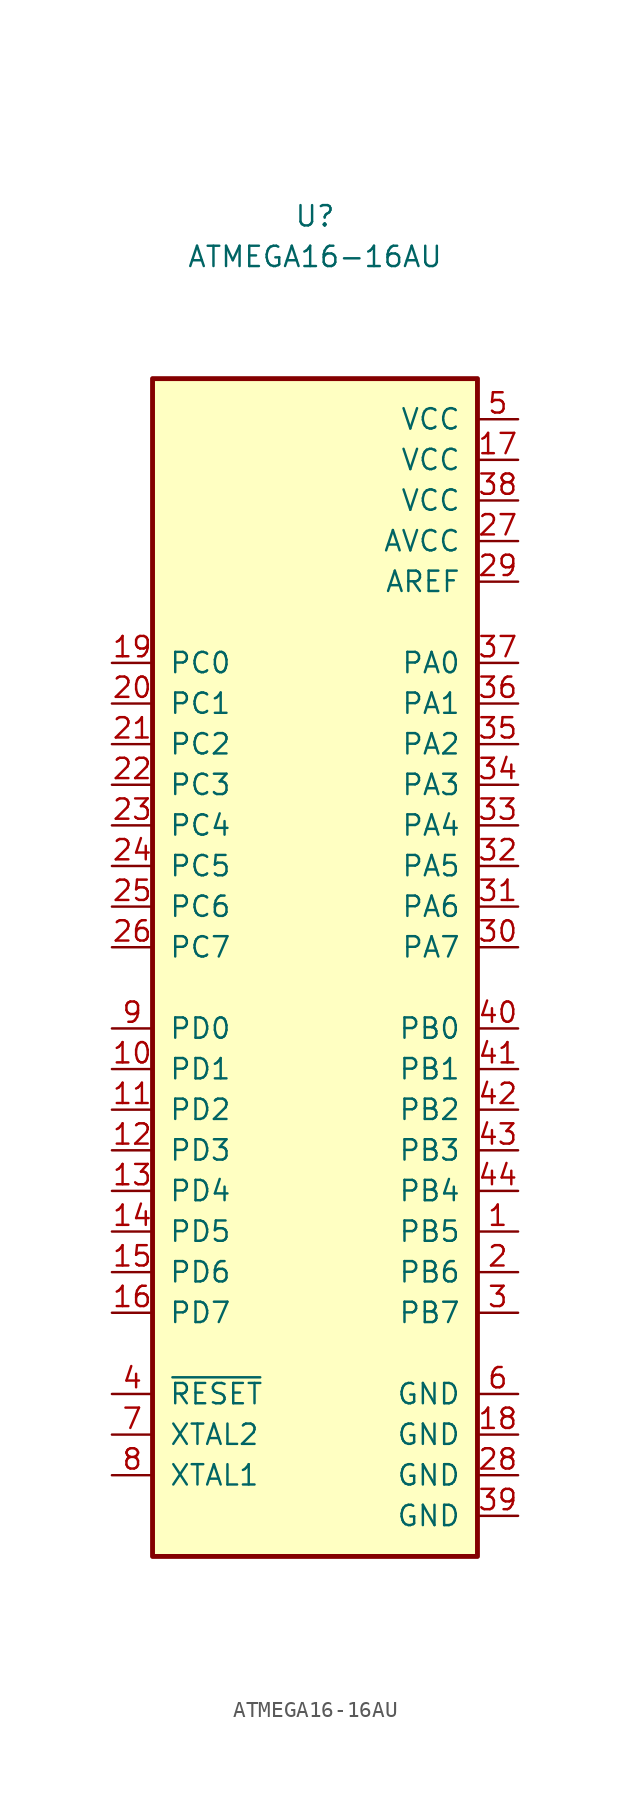
<source format=kicad_sym>
(kicad_symbol_lib
  (version 20211014)
  (generator kicad_symbol_editor)
  (symbol "ATMEGA16-16AU"
    (pin_names
      (offset 1.016))
    (property "Reference" "U"
      (at 0 48.26 0)
      (effects (font (size 1.27 1.27))))
    (property "Value" "ATMEGA16-16AU"
      (at 0 45.72 0)
      (effects (font (size 1.27 1.27))))
    (symbol "ATMEGA16-16AU_0_1"
      (rectangle (start 10.16 38.1) (end -10.16 -35.56) (stroke (width 0.305) (type default) (color 0 0 0 0)) (fill (type background))))
    (symbol "ATMEGA16-16AU_1_1"
      (pin bidirectional line (at 12.7 -15.24 180) (length 2.54) (name "PB5" (effects (font (size 1.27 1.27)))) (number "1" (effects (font (size 1.27 1.27)))))
      (pin bidirectional line (at -12.7 -5.08 0) (length 2.54) (name "PD1" (effects (font (size 1.27 1.27)))) (number "10" (effects (font (size 1.27 1.27)))))
      (pin bidirectional line (at -12.7 -7.62 0) (length 2.54) (name "PD2" (effects (font (size 1.27 1.27)))) (number "11" (effects (font (size 1.27 1.27)))))
      (pin bidirectional line (at -12.7 -10.16 0) (length 2.54) (name "PD3" (effects (font (size 1.27 1.27)))) (number "12" (effects (font (size 1.27 1.27)))))
      (pin bidirectional line (at -12.7 -12.7 0) (length 2.54) (name "PD4" (effects (font (size 1.27 1.27)))) (number "13" (effects (font (size 1.27 1.27)))))
      (pin bidirectional line (at -12.7 -15.24 0) (length 2.54) (name "PD5" (effects (font (size 1.27 1.27)))) (number "14" (effects (font (size 1.27 1.27)))))
      (pin bidirectional line (at -12.7 -17.78 0) (length 2.54) (name "PD6" (effects (font (size 1.27 1.27)))) (number "15" (effects (font (size 1.27 1.27)))))
      (pin bidirectional line (at -12.7 -20.32 0) (length 2.54) (name "PD7" (effects (font (size 1.27 1.27)))) (number "16" (effects (font (size 1.27 1.27)))))
      (pin power_in line (at 12.7 33.02 180) (length 2.54) (name "VCC" (effects (font (size 1.27 1.27)))) (number "17" (effects (font (size 1.27 1.27)))))
      (pin power_in line (at 12.7 -27.94 180) (length 2.54) (name "GND" (effects (font (size 1.27 1.27)))) (number "18" (effects (font (size 1.27 1.27)))))
      (pin bidirectional line (at -12.7 20.32 0) (length 2.54) (name "PC0" (effects (font (size 1.27 1.27)))) (number "19" (effects (font (size 1.27 1.27)))))
      (pin bidirectional line (at 12.7 -17.78 180) (length 2.54) (name "PB6" (effects (font (size 1.27 1.27)))) (number "2" (effects (font (size 1.27 1.27)))))
      (pin bidirectional line (at -12.7 17.78 0) (length 2.54) (name "PC1" (effects (font (size 1.27 1.27)))) (number "20" (effects (font (size 1.27 1.27)))))
      (pin bidirectional line (at -12.7 15.24 0) (length 2.54) (name "PC2" (effects (font (size 1.27 1.27)))) (number "21" (effects (font (size 1.27 1.27)))))
      (pin bidirectional line (at -12.7 12.7 0) (length 2.54) (name "PC3" (effects (font (size 1.27 1.27)))) (number "22" (effects (font (size 1.27 1.27)))))
      (pin bidirectional line (at -12.7 10.16 0) (length 2.54) (name "PC4" (effects (font (size 1.27 1.27)))) (number "23" (effects (font (size 1.27 1.27)))))
      (pin bidirectional line (at -12.7 7.62 0) (length 2.54) (name "PC5" (effects (font (size 1.27 1.27)))) (number "24" (effects (font (size 1.27 1.27)))))
      (pin bidirectional line (at -12.7 5.08 0) (length 2.54) (name "PC6" (effects (font (size 1.27 1.27)))) (number "25" (effects (font (size 1.27 1.27)))))
      (pin bidirectional line (at -12.7 2.54 0) (length 2.54) (name "PC7" (effects (font (size 1.27 1.27)))) (number "26" (effects (font (size 1.27 1.27)))))
      (pin power_in line (at 12.7 27.94 180) (length 2.54) (name "AVCC" (effects (font (size 1.27 1.27)))) (number "27" (effects (font (size 1.27 1.27)))))
      (pin power_in line (at 12.7 -30.48 180) (length 2.54) (name "GND" (effects (font (size 1.27 1.27)))) (number "28" (effects (font (size 1.27 1.27)))))
      (pin power_in line (at 12.7 25.4 180) (length 2.54) (name "AREF" (effects (font (size 1.27 1.27)))) (number "29" (effects (font (size 1.27 1.27)))))
      (pin bidirectional line (at 12.7 -20.32 180) (length 2.54) (name "PB7" (effects (font (size 1.27 1.27)))) (number "3" (effects (font (size 1.27 1.27)))))
      (pin bidirectional line (at 12.7 2.54 180) (length 2.54) (name "PA7" (effects (font (size 1.27 1.27)))) (number "30" (effects (font (size 1.27 1.27)))))
      (pin bidirectional line (at 12.7 5.08 180) (length 2.54) (name "PA6" (effects (font (size 1.27 1.27)))) (number "31" (effects (font (size 1.27 1.27)))))
      (pin bidirectional line (at 12.7 7.62 180) (length 2.54) (name "PA5" (effects (font (size 1.27 1.27)))) (number "32" (effects (font (size 1.27 1.27)))))
      (pin bidirectional line (at 12.7 10.16 180) (length 2.54) (name "PA4" (effects (font (size 1.27 1.27)))) (number "33" (effects (font (size 1.27 1.27)))))
      (pin bidirectional line (at 12.7 12.7 180) (length 2.54) (name "PA3" (effects (font (size 1.27 1.27)))) (number "34" (effects (font (size 1.27 1.27)))))
      (pin bidirectional line (at 12.7 15.24 180) (length 2.54) (name "PA2" (effects (font (size 1.27 1.27)))) (number "35" (effects (font (size 1.27 1.27)))))
      (pin bidirectional line (at 12.7 17.78 180) (length 2.54) (name "PA1" (effects (font (size 1.27 1.27)))) (number "36" (effects (font (size 1.27 1.27)))))
      (pin bidirectional line (at 12.7 20.32 180) (length 2.54) (name "PA0" (effects (font (size 1.27 1.27)))) (number "37" (effects (font (size 1.27 1.27)))))
      (pin power_in line (at 12.7 30.48 180) (length 2.54) (name "VCC" (effects (font (size 1.27 1.27)))) (number "38" (effects (font (size 1.27 1.27)))))
      (pin power_in line (at 12.7 -33.02 180) (length 2.54) (name "GND" (effects (font (size 1.27 1.27)))) (number "39" (effects (font (size 1.27 1.27)))))
      (pin input line (at -12.7 -25.4 0) (length 2.54) (name "~{RESET}" (effects (font (size 1.27 1.27)))) (number "4" (effects (font (size 1.27 1.27)))))
      (pin bidirectional line (at 12.7 -2.54 180) (length 2.54) (name "PB0" (effects (font (size 1.27 1.27)))) (number "40" (effects (font (size 1.27 1.27)))))
      (pin bidirectional line (at 12.7 -5.08 180) (length 2.54) (name "PB1" (effects (font (size 1.27 1.27)))) (number "41" (effects (font (size 1.27 1.27)))))
      (pin bidirectional line (at 12.7 -7.62 180) (length 2.54) (name "PB2" (effects (font (size 1.27 1.27)))) (number "42" (effects (font (size 1.27 1.27)))))
      (pin bidirectional line (at 12.7 -10.16 180) (length 2.54) (name "PB3" (effects (font (size 1.27 1.27)))) (number "43" (effects (font (size 1.27 1.27)))))
      (pin bidirectional line (at 12.7 -12.7 180) (length 2.54) (name "PB4" (effects (font (size 1.27 1.27)))) (number "44" (effects (font (size 1.27 1.27)))))
      (pin power_in line (at 12.7 35.56 180) (length 2.54) (name "VCC" (effects (font (size 1.27 1.27)))) (number "5" (effects (font (size 1.27 1.27)))))
      (pin power_in line (at 12.7 -25.4 180) (length 2.54) (name "GND" (effects (font (size 1.27 1.27)))) (number "6" (effects (font (size 1.27 1.27)))))
      (pin input line (at -12.7 -27.94 0) (length 2.54) (name "XTAL2" (effects (font (size 1.27 1.27)))) (number "7" (effects (font (size 1.27 1.27)))))
      (pin input line (at -12.7 -30.48 0) (length 2.54) (name "XTAL1" (effects (font (size 1.27 1.27)))) (number "8" (effects (font (size 1.27 1.27)))))
      (pin bidirectional line (at -12.7 -2.54 0) (length 2.54) (name "PD0" (effects (font (size 1.27 1.27)))) (number "9" (effects (font (size 1.27 1.27))))))))
</source>
